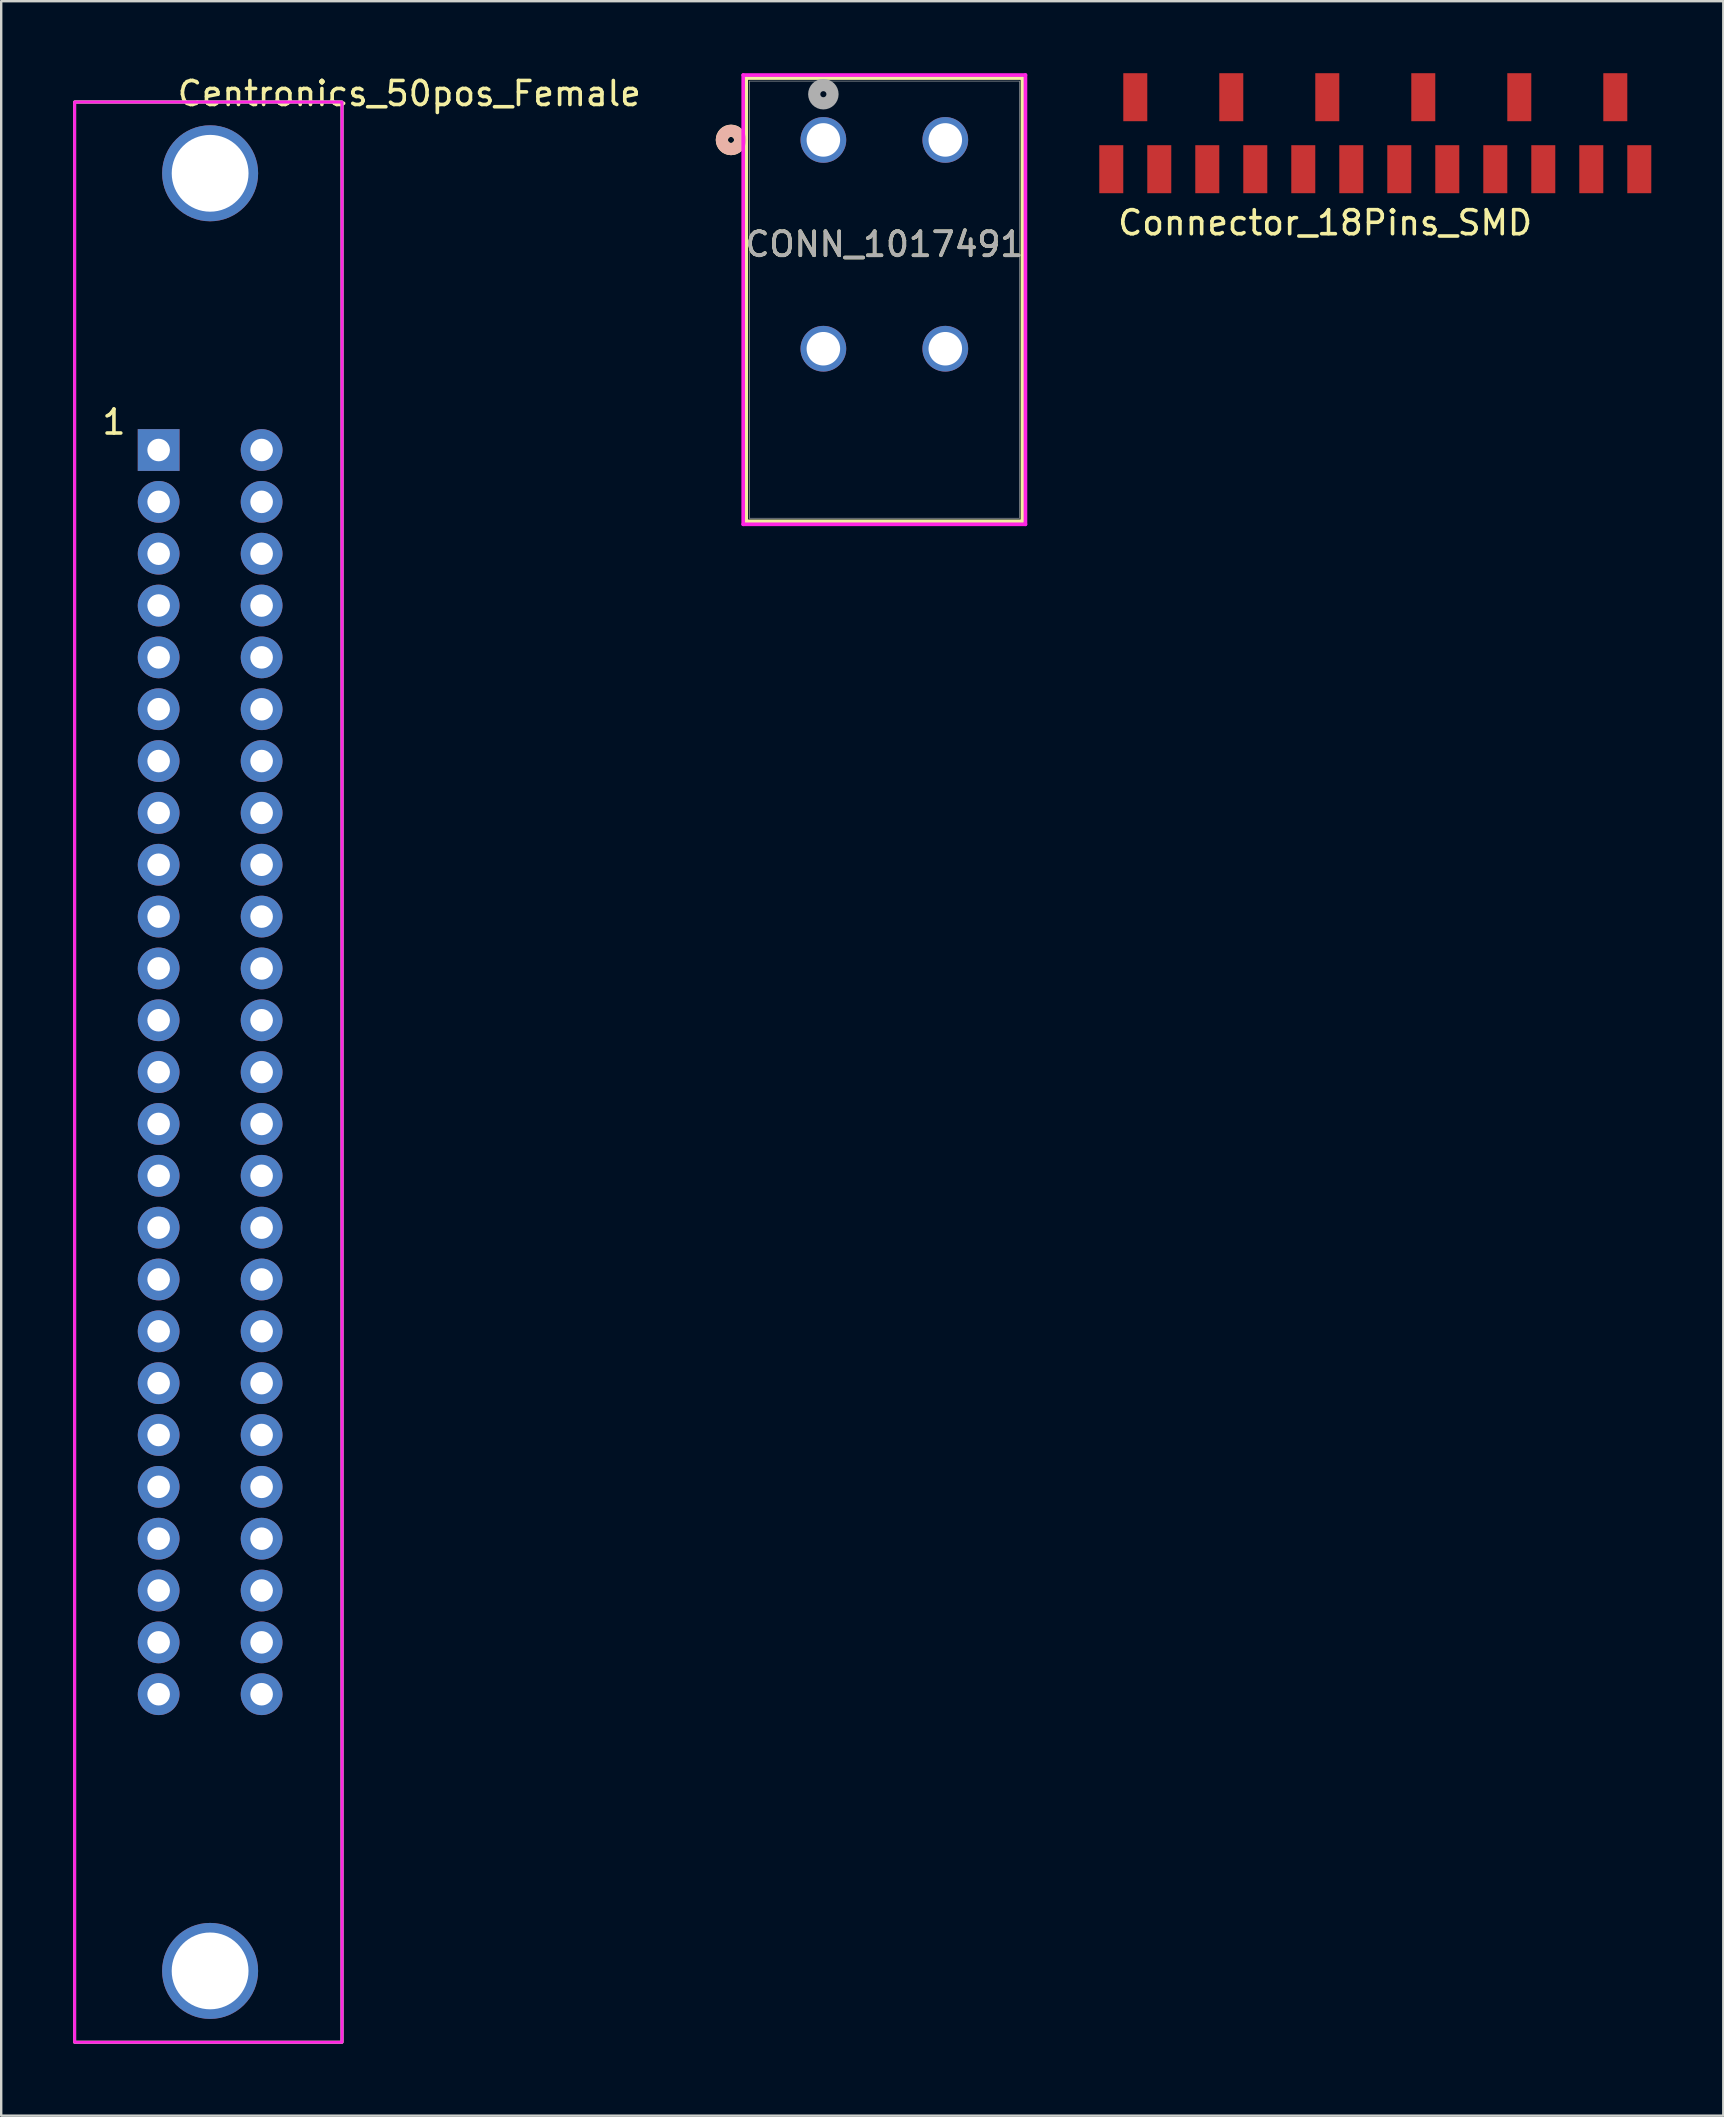
<source format=kicad_pcb>
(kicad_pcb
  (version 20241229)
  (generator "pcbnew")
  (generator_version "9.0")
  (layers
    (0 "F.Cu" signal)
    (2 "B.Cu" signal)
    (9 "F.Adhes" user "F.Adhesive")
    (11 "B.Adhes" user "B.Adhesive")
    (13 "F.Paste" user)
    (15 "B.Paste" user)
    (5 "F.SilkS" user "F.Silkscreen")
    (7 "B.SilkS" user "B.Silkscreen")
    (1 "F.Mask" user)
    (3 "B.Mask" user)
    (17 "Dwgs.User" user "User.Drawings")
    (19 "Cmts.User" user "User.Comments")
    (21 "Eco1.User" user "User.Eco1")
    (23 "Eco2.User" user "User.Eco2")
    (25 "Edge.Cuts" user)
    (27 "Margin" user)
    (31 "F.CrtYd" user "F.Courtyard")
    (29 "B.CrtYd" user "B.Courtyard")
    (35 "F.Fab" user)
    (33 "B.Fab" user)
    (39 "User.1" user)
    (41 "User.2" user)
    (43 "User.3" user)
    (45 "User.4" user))
  (footprint "Connector_18Pins_SMD"
    (layer "F.Cu")
    (at 52.161 6.732)
    (property "Reference" "Connector_18Pins_SMD" (at 0 -0.5 0) (unlocked yes) (layer "F.SilkS") (effects (font (size 1 1) (thickness 0.15))))
    (attr smd)
    (pad "1" smd rect (at -8.909 -2.732) (size 1 2) (layers "F.Cu" "F.Mask" "F.Paste"))
    (pad "2" smd rect (at -6.909 -2.732) (size 1 2) (layers "F.Cu" "F.Mask" "F.Paste"))
    (pad "3" smd rect (at -7.909 -5.732) (size 1 2) (layers "F.Cu" "F.Mask" "F.Paste"))
    (pad "4" smd rect (at -4.909 -2.732) (size 1 2) (layers "F.Cu" "F.Mask" "F.Paste"))
    (pad "5" smd rect (at -2.909 -2.732) (size 1 2) (layers "F.Cu" "F.Mask" "F.Paste"))
    (pad "6" smd rect (at -3.909 -5.732) (size 1 2) (layers "F.Cu" "F.Mask" "F.Paste"))
    (pad "7" smd rect (at -0.909 -2.732) (size 1 2) (layers "F.Cu" "F.Mask" "F.Paste"))
    (pad "8" smd rect (at 1.091 -2.732) (size 1 2) (layers "F.Cu" "F.Mask" "F.Paste"))
    (pad "9" smd rect (at 0.091 -5.732) (size 1 2) (layers "F.Cu" "F.Mask" "F.Paste"))
    (pad "10" smd rect (at 3.091 -2.732) (size 1 2) (layers "F.Cu" "F.Mask" "F.Paste"))
    (pad "11" smd rect (at 5.091 -2.732) (size 1 2) (layers "F.Cu" "F.Mask" "F.Paste"))
    (pad "12" smd rect (at 4.091 -5.732) (size 1 2) (layers "F.Cu" "F.Mask" "F.Paste"))
    (pad "13" smd rect (at 7.091 -2.732) (size 1 2) (layers "F.Cu" "F.Mask" "F.Paste"))
    (pad "14" smd rect (at 9.091 -2.732) (size 1 2) (layers "F.Cu" "F.Mask" "F.Paste"))
    (pad "15" smd rect (at 8.091 -5.732) (size 1 2) (layers "F.Cu" "F.Mask" "F.Paste"))
    (pad "16" smd rect (at 11.091 -2.732) (size 1 2) (layers "F.Cu" "F.Mask" "F.Paste"))
    (pad "17" smd rect (at 13.091 -2.732) (size 1 2) (layers "F.Cu" "F.Mask" "F.Paste"))
    (pad "18" smd rect (at 12.091 -5.732) (size 1 2) (layers "F.Cu" "F.Mask" "F.Paste")))
  (footprint "Centronics_50pos_Female"
    (layer "F.Cu")
    (at 5.582 42.147)
    (property "Reference" "Centronics_50pos_Female" (at 8.423 -41.299 0) (unlocked yes) (layer "F.SilkS") (effects (font (size 1 1) (thickness 0.15))))
    (attr through_hole)
    (fp_rect (start -5.522 -40.947) (end 5.618 39.893) (stroke (width 0.12) (type solid)) (fill no) (layer "F.SilkS"))
    (fp_rect (start -5.522 -40.947) (end 5.618 39.893) (stroke (width 0.12) (type solid)) (fill no) (layer "F.CrtYd"))
    (fp_rect (start -5.522 -40.947) (end 5.618 39.893) (stroke (width 0.12) (type solid)) (fill no) (layer "F.Fab"))
    (fp_text user "1" (at -3.885 -27.611 0) (unlocked yes) (layer "F.SilkS") (effects (font (size 1 1) (thickness 0.15))))
    (pad "1" thru_hole rect (at -2.022 -26.447) (size 1.74 1.74) (drill 0.94) (layers "*.Cu" "*.Mask"))
    (pad "2" thru_hole circle (at -2.022 -24.287) (size 1.74 1.74) (drill 0.94) (layers "*.Cu" "*.Mask"))
    (pad "3" thru_hole circle (at -2.022 -22.127) (size 1.74 1.74) (drill 0.94) (layers "*.Cu" "*.Mask"))
    (pad "4" thru_hole circle (at -2.022 -19.967) (size 1.74 1.74) (drill 0.94) (layers "*.Cu" "*.Mask"))
    (pad "5" thru_hole circle (at -2.022 -17.807) (size 1.74 1.74) (drill 0.94) (layers "*.Cu" "*.Mask"))
    (pad "6" thru_hole circle (at -2.022 -15.647) (size 1.74 1.74) (drill 0.94) (layers "*.Cu" "*.Mask"))
    (pad "7" thru_hole circle (at -2.022 -13.487) (size 1.74 1.74) (drill 0.94) (layers "*.Cu" "*.Mask"))
    (pad "8" thru_hole circle (at -2.022 -11.327) (size 1.74 1.74) (drill 0.94) (layers "*.Cu" "*.Mask"))
    (pad "9" thru_hole circle (at -2.022 -9.167) (size 1.74 1.74) (drill 0.94) (layers "*.Cu" "*.Mask"))
    (pad "10" thru_hole circle (at -2.022 -7.007) (size 1.74 1.74) (drill 0.94) (layers "*.Cu" "*.Mask"))
    (pad "11" thru_hole circle (at -2.022 -4.847) (size 1.74 1.74) (drill 0.94) (layers "*.Cu" "*.Mask"))
    (pad "12" thru_hole circle (at -2.022 -2.687) (size 1.74 1.74) (drill 0.94) (layers "*.Cu" "*.Mask"))
    (pad "13" thru_hole circle (at -2.022 -0.527) (size 1.74 1.74) (drill 0.94) (layers "*.Cu" "*.Mask"))
    (pad "14" thru_hole circle (at -2.022 1.633) (size 1.74 1.74) (drill 0.94) (layers "*.Cu" "*.Mask"))
    (pad "15" thru_hole circle (at -2.022 3.793) (size 1.74 1.74) (drill 0.94) (layers "*.Cu" "*.Mask"))
    (pad "16" thru_hole circle (at -2.022 5.953) (size 1.74 1.74) (drill 0.94) (layers "*.Cu" "*.Mask"))
    (pad "17" thru_hole circle (at -2.022 8.113) (size 1.74 1.74) (drill 0.94) (layers "*.Cu" "*.Mask"))
    (pad "18" thru_hole circle (at -2.022 10.273) (size 1.74 1.74) (drill 0.94) (layers "*.Cu" "*.Mask"))
    (pad "19" thru_hole circle (at -2.022 12.433) (size 1.74 1.74) (drill 0.94) (layers "*.Cu" "*.Mask"))
    (pad "20" thru_hole circle (at -2.022 14.593) (size 1.74 1.74) (drill 0.94) (layers "*.Cu" "*.Mask"))
    (pad "21" thru_hole circle (at -2.022 16.753) (size 1.74 1.74) (drill 0.94) (layers "*.Cu" "*.Mask"))
    (pad "22" thru_hole circle (at -2.022 18.913) (size 1.74 1.74) (drill 0.94) (layers "*.Cu" "*.Mask"))
    (pad "23" thru_hole circle (at -2.022 21.073) (size 1.74 1.74) (drill 0.94) (layers "*.Cu" "*.Mask"))
    (pad "24" thru_hole circle (at -2.022 23.233) (size 1.74 1.74) (drill 0.94) (layers "*.Cu" "*.Mask"))
    (pad "25" thru_hole circle (at -2.022 25.393) (size 1.74 1.74) (drill 0.94) (layers "*.Cu" "*.Mask"))
    (pad "26" thru_hole circle (at 2.268 -26.447) (size 1.74 1.74) (drill 0.94) (layers "*.Cu" "*.Mask"))
    (pad "27" thru_hole circle (at 2.268 -24.287) (size 1.74 1.74) (drill 0.94) (layers "*.Cu" "*.Mask"))
    (pad "28" thru_hole circle (at 2.268 -22.127) (size 1.74 1.74) (drill 0.94) (layers "*.Cu" "*.Mask"))
    (pad "29" thru_hole circle (at 2.268 -19.967) (size 1.74 1.74) (drill 0.94) (layers "*.Cu" "*.Mask"))
    (pad "30" thru_hole circle (at 2.268 -17.807) (size 1.74 1.74) (drill 0.94) (layers "*.Cu" "*.Mask"))
    (pad "31" thru_hole circle (at 2.268 -15.647) (size 1.74 1.74) (drill 0.94) (layers "*.Cu" "*.Mask"))
    (pad "32" thru_hole circle (at 2.268 -13.487) (size 1.74 1.74) (drill 0.94) (layers "*.Cu" "*.Mask"))
    (pad "33" thru_hole circle (at 2.268 -11.327) (size 1.74 1.74) (drill 0.94) (layers "*.Cu" "*.Mask"))
    (pad "34" thru_hole circle (at 2.268 -9.167) (size 1.74 1.74) (drill 0.94) (layers "*.Cu" "*.Mask"))
    (pad "35" thru_hole circle (at 2.268 -7.007) (size 1.74 1.74) (drill 0.94) (layers "*.Cu" "*.Mask"))
    (pad "36" thru_hole circle (at 2.268 -4.847) (size 1.74 1.74) (drill 0.94) (layers "*.Cu" "*.Mask"))
    (pad "37" thru_hole circle (at 2.268 -2.687) (size 1.74 1.74) (drill 0.94) (layers "*.Cu" "*.Mask"))
    (pad "38" thru_hole circle (at 2.268 -0.527) (size 1.74 1.74) (drill 0.94) (layers "*.Cu" "*.Mask"))
    (pad "39" thru_hole circle (at 2.268 1.633) (size 1.74 1.74) (drill 0.94) (layers "*.Cu" "*.Mask"))
    (pad "40" thru_hole circle (at 2.268 3.793) (size 1.74 1.74) (drill 0.94) (layers "*.Cu" "*.Mask"))
    (pad "41" thru_hole circle (at 2.268 5.953) (size 1.74 1.74) (drill 0.94) (layers "*.Cu" "*.Mask"))
    (pad "42" thru_hole circle (at 2.268 8.113) (size 1.74 1.74) (drill 0.94) (layers "*.Cu" "*.Mask"))
    (pad "43" thru_hole circle (at 2.268 10.273) (size 1.74 1.74) (drill 0.94) (layers "*.Cu" "*.Mask"))
    (pad "44" thru_hole circle (at 2.268 12.433) (size 1.74 1.74) (drill 0.94) (layers "*.Cu" "*.Mask"))
    (pad "45" thru_hole circle (at 2.268 14.593) (size 1.74 1.74) (drill 0.94) (layers "*.Cu" "*.Mask"))
    (pad "46" thru_hole circle (at 2.268 16.753) (size 1.74 1.74) (drill 0.94) (layers "*.Cu" "*.Mask"))
    (pad "47" thru_hole circle (at 2.268 18.913) (size 1.74 1.74) (drill 0.94) (layers "*.Cu" "*.Mask"))
    (pad "48" thru_hole circle (at 2.268 21.073) (size 1.74 1.74) (drill 0.94) (layers "*.Cu" "*.Mask"))
    (pad "49" thru_hole circle (at 2.268 23.233) (size 1.74 1.74) (drill 0.94) (layers "*.Cu" "*.Mask"))
    (pad "50" thru_hole circle (at 2.268 25.393) (size 1.74 1.74) (drill 0.94) (layers "*.Cu" "*.Mask"))
    (pad "51" thru_hole circle (at 0.123 -37.977) (size 4 4) (drill 3.2) (layers "*.Cu" "*.Mask"))
    (pad "52" thru_hole circle (at 0.122 36.922) (size 4 4) (drill 3.2) (layers "*.Cu" "*.Mask")))
  (footprint "CONN_1017491"
    (layer "F.Cu")
    (at 36.336 11.48)
    (property "Reference" "CONN_1017491" (at -2.54 -4.35 0) (unlocked yes) (layer "F.SilkS") (effects (font (size 1 1) (thickness 0.15))))
    (attr through_hole)
    (fp_line (start -8.293 -11.277) (end -8.293 7.189) (stroke (width 0.152) (type solid)) (layer "F.SilkS"))
    (fp_line (start -8.293 7.189) (end 3.213 7.189) (stroke (width 0.152) (type solid)) (layer "F.SilkS"))
    (fp_line (start 3.213 -11.277) (end -8.293 -11.277) (stroke (width 0.152) (type solid)) (layer "F.SilkS"))
    (fp_line (start 3.213 7.189) (end 3.213 -11.277) (stroke (width 0.152) (type solid)) (layer "F.SilkS"))
    (fp_circle (center -8.928 -8.7) (end -8.547 -8.7) (stroke (width 0.508) (type solid)) (fill no) (layer "F.SilkS"))
    (fp_circle (center -8.928 -8.7) (end -8.547 -8.7) (stroke (width 0.508) (type solid)) (fill no) (layer "B.SilkS"))
    (fp_line (start -8.42 -11.404) (end -8.42 7.316) (stroke (width 0.152) (type solid)) (layer "F.CrtYd"))
    (fp_line (start -8.42 7.316) (end 3.34 7.316) (stroke (width 0.152) (type solid)) (layer "F.CrtYd"))
    (fp_line (start 3.34 -11.404) (end -8.42 -11.404) (stroke (width 0.152) (type solid)) (layer "F.CrtYd"))
    (fp_line (start 3.34 7.316) (end 3.34 -11.404) (stroke (width 0.152) (type solid)) (layer "F.CrtYd"))
    (fp_line (start -8.166 -11.15) (end -8.166 7.062) (stroke (width 0.025) (type solid)) (layer "F.Fab"))
    (fp_line (start -8.166 7.062) (end 3.086 7.062) (stroke (width 0.025) (type solid)) (layer "F.Fab"))
    (fp_line (start 3.086 -11.15) (end -8.166 -11.15) (stroke (width 0.025) (type solid)) (layer "F.Fab"))
    (fp_line (start 3.086 7.062) (end 3.086 -11.15) (stroke (width 0.025) (type solid)) (layer "F.Fab"))
    (fp_circle (center -5.08 -10.605) (end -4.699 -10.605) (stroke (width 0.508) (type solid)) (fill no) (layer "F.Fab"))
    (fp_text user "${REFERENCE}" (at -2.54 -4.35 0) (unlocked yes) (layer "F.Fab") (effects (font (size 1 1) (thickness 0.15))))
    (pad "1" thru_hole circle (at -5.08 -8.7) (size 1.905 1.905) (drill 1.397) (layers "*.Cu" "*.Mask"))
    (pad "1" thru_hole circle (at -5.08 0) (size 1.905 1.905) (drill 1.397) (layers "*.Cu" "*.Mask"))
    (pad "2" thru_hole circle (at 0 -8.7) (size 1.905 1.905) (drill 1.397) (layers "*.Cu" "*.Mask"))
    (pad "2" thru_hole circle (at 0 0) (size 1.905 1.905) (drill 1.397) (layers "*.Cu" "*.Mask")))
  (gr_rect
    (start -3 -3)
    (end 68.752 85.1)
    (stroke (width 0.1) (type default))
    (fill no)
    (layer "Edge.Cuts")))
</source>
